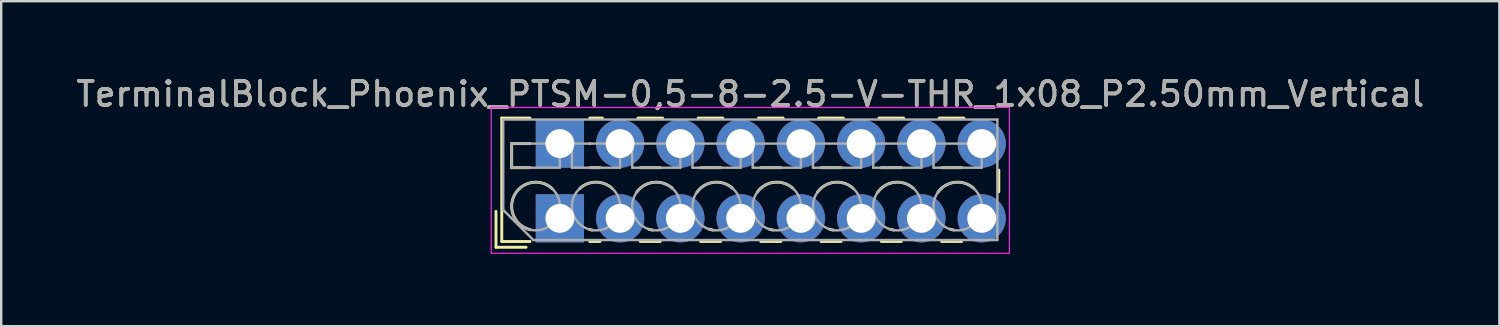
<source format=kicad_pcb>
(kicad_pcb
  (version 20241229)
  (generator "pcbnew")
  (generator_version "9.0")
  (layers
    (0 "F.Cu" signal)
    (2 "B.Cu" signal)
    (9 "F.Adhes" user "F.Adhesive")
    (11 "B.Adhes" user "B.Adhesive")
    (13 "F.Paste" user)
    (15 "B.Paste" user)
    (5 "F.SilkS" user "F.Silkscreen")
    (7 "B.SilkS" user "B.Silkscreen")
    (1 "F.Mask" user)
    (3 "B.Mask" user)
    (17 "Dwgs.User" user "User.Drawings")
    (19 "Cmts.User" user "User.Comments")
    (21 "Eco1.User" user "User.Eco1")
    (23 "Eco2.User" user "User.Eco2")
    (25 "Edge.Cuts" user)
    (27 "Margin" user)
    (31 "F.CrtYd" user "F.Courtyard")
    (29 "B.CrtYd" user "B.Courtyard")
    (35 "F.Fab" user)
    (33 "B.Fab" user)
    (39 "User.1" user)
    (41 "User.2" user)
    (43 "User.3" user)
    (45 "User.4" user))
  (footprint "TerminalBlock_Phoenix_PTSM-0,5-8-2.5-V-THR_1x08_P2.50mm_Vertical"
    (layer "F.Cu")
    (at 20.177 6.008)
    (property "Reference" "TerminalBlock_Phoenix_PTSM-0,5-8-2.5-V-THR_1x08_P2.50mm_Vertical" (at 7.9 -5.16 0) (layer "F.SilkS") (effects (font (size 1 1) (thickness 0.15))))
    (attr through_hole)
    (fp_line (start -2.65 -0.29) (end -2.65 1.2) (stroke (width 0.12) (type solid)) (layer "F.SilkS"))
    (fp_line (start -2.65 1.2) (end -1.4 1.2) (stroke (width 0.12) (type solid)) (layer "F.SilkS"))
    (fp_line (start -2.41 -4.16) (end -2.41 0.961) (stroke (width 0.12) (type solid)) (layer "F.SilkS"))
    (fp_line (start -2.41 -4.16) (end -1.24 -4.16) (stroke (width 0.12) (type solid)) (layer "F.SilkS"))
    (fp_line (start -2.41 0.961) (end -1.24 0.961) (stroke (width 0.12) (type solid)) (layer "F.SilkS"))
    (fp_line (start -2 -3.1) (end -2 -2.1) (stroke (width 0.12) (type solid)) (layer "F.SilkS"))
    (fp_line (start -2 -3.1) (end -1.24 -3.1) (stroke (width 0.12) (type solid)) (layer "F.SilkS"))
    (fp_line (start -2 -2.1) (end -1.24 -2.1) (stroke (width 0.12) (type solid)) (layer "F.SilkS"))
    (fp_line (start 1.24 -4.16) (end 1.763 -4.16) (stroke (width 0.12) (type solid)) (layer "F.SilkS"))
    (fp_line (start 1.24 -3.1) (end 1.245 -3.1) (stroke (width 0.12) (type solid)) (layer "F.SilkS"))
    (fp_line (start 1.24 -2.1) (end 1.665 -2.1) (stroke (width 0.12) (type solid)) (layer "F.SilkS"))
    (fp_line (start 1.24 0.961) (end 1.665 0.961) (stroke (width 0.12) (type solid)) (layer "F.SilkS"))
    (fp_line (start 3.238 -4.16) (end 4.263 -4.16) (stroke (width 0.12) (type solid)) (layer "F.SilkS"))
    (fp_line (start 3.336 -2.1) (end 4.165 -2.1) (stroke (width 0.12) (type solid)) (layer "F.SilkS"))
    (fp_line (start 3.336 0.961) (end 4.165 0.961) (stroke (width 0.12) (type solid)) (layer "F.SilkS"))
    (fp_line (start 5.738 -4.16) (end 6.763 -4.16) (stroke (width 0.12) (type solid)) (layer "F.SilkS"))
    (fp_line (start 5.836 -2.1) (end 6.665 -2.1) (stroke (width 0.12) (type solid)) (layer "F.SilkS"))
    (fp_line (start 5.836 0.961) (end 6.665 0.961) (stroke (width 0.12) (type solid)) (layer "F.SilkS"))
    (fp_line (start 8.238 -4.16) (end 9.263 -4.16) (stroke (width 0.12) (type solid)) (layer "F.SilkS"))
    (fp_line (start 8.336 -2.1) (end 9.165 -2.1) (stroke (width 0.12) (type solid)) (layer "F.SilkS"))
    (fp_line (start 8.336 0.961) (end 9.165 0.961) (stroke (width 0.12) (type solid)) (layer "F.SilkS"))
    (fp_line (start 10.738 -4.16) (end 11.763 -4.16) (stroke (width 0.12) (type solid)) (layer "F.SilkS"))
    (fp_line (start 10.836 -2.1) (end 11.665 -2.1) (stroke (width 0.12) (type solid)) (layer "F.SilkS"))
    (fp_line (start 10.836 0.961) (end 11.665 0.961) (stroke (width 0.12) (type solid)) (layer "F.SilkS"))
    (fp_line (start 13.238 -4.16) (end 14.263 -4.16) (stroke (width 0.12) (type solid)) (layer "F.SilkS"))
    (fp_line (start 13.336 -2.1) (end 14.165 -2.1) (stroke (width 0.12) (type solid)) (layer "F.SilkS"))
    (fp_line (start 13.336 0.961) (end 14.165 0.961) (stroke (width 0.12) (type solid)) (layer "F.SilkS"))
    (fp_line (start 15.738 -4.16) (end 16.763 -4.16) (stroke (width 0.12) (type solid)) (layer "F.SilkS"))
    (fp_line (start 15.836 -2.1) (end 16.665 -2.1) (stroke (width 0.12) (type solid)) (layer "F.SilkS"))
    (fp_line (start 15.836 0.961) (end 16.665 0.961) (stroke (width 0.12) (type solid)) (layer "F.SilkS"))
    (fp_line (start 18.21 -2) (end 18.21 -1.1) (stroke (width 0.12) (type solid)) (layer "F.SilkS"))
    (fp_arc (start -1.224629 0.474931) (mid -1.883573 -0.969306) (end -0.318 -1.232) (stroke (width 0.12) (type solid)) (layer "F.SilkS"))
    (fp_arc (start 0.817811 -1.23232) (mid 1.483053 -1.500693) (end 2.157 -1.255) (stroke (width 0.12) (type solid)) (layer "F.SilkS"))
    (fp_arc (start 1.344288 0.488343) (mid 1.284242 0.476994) (end 1.225 0.462) (stroke (width 0.12) (type solid)) (layer "F.SilkS"))
    (fp_arc (start 3.190612 -1.088697) (mid 3.887218 -1.494461) (end 4.657 -1.255) (stroke (width 0.12) (type solid)) (layer "F.SilkS"))
    (fp_arc (start 3.84373 0.488618) (mid 3.766646 0.47331) (end 3.691 0.452) (stroke (width 0.12) (type solid)) (layer "F.SilkS"))
    (fp_arc (start 5.690612 -1.088697) (mid 6.387218 -1.494461) (end 7.157 -1.255) (stroke (width 0.12) (type solid)) (layer "F.SilkS"))
    (fp_arc (start 6.34373 0.488618) (mid 6.266646 0.47331) (end 6.191 0.452) (stroke (width 0.12) (type solid)) (layer "F.SilkS"))
    (fp_arc (start 8.190612 -1.088697) (mid 8.887218 -1.494461) (end 9.657 -1.255) (stroke (width 0.12) (type solid)) (layer "F.SilkS"))
    (fp_arc (start 8.84373 0.488618) (mid 8.766646 0.47331) (end 8.691 0.452) (stroke (width 0.12) (type solid)) (layer "F.SilkS"))
    (fp_arc (start 10.690612 -1.088697) (mid 11.387218 -1.494461) (end 12.157 -1.255) (stroke (width 0.12) (type solid)) (layer "F.SilkS"))
    (fp_arc (start 11.34373 0.488618) (mid 11.266646 0.47331) (end 11.191 0.452) (stroke (width 0.12) (type solid)) (layer "F.SilkS"))
    (fp_arc (start 13.190612 -1.088697) (mid 13.887218 -1.494461) (end 14.657 -1.255) (stroke (width 0.12) (type solid)) (layer "F.SilkS"))
    (fp_arc (start 13.84373 0.488618) (mid 13.766646 0.47331) (end 13.691 0.452) (stroke (width 0.12) (type solid)) (layer "F.SilkS"))
    (fp_arc (start 15.690612 -1.088697) (mid 16.387218 -1.494461) (end 17.157 -1.255) (stroke (width 0.12) (type solid)) (layer "F.SilkS"))
    (fp_arc (start 16.34373 0.488618) (mid 16.266646 0.47331) (end 16.191 0.452) (stroke (width 0.12) (type solid)) (layer "F.SilkS"))
    (fp_line (start -2.85 -4.6) (end -2.85 1.45) (stroke (width 0.05) (type solid)) (layer "F.CrtYd"))
    (fp_line (start -2.85 1.45) (end 18.65 1.45) (stroke (width 0.05) (type solid)) (layer "F.CrtYd"))
    (fp_line (start 18.65 -4.6) (end -2.85 -4.6) (stroke (width 0.05) (type solid)) (layer "F.CrtYd"))
    (fp_line (start 18.65 1.45) (end 18.65 -4.6) (stroke (width 0.05) (type solid)) (layer "F.CrtYd"))
    (fp_line (start -2.35 -4.1) (end 18.15 -4.1) (stroke (width 0.1) (type solid)) (layer "F.Fab"))
    (fp_line (start -2.35 -0.35) (end -2.35 -4.1) (stroke (width 0.1) (type solid)) (layer "F.Fab"))
    (fp_line (start -2 -3.1) (end -2 -2.1) (stroke (width 0.1) (type solid)) (layer "F.Fab"))
    (fp_line (start -2 -2.1) (end 0 -2.1) (stroke (width 0.1) (type solid)) (layer "F.Fab"))
    (fp_line (start -1.1 0.9) (end -2.35 -0.35) (stroke (width 0.1) (type solid)) (layer "F.Fab"))
    (fp_line (start 0 -3.1) (end -2 -3.1) (stroke (width 0.1) (type solid)) (layer "F.Fab"))
    (fp_line (start 0 -2.1) (end 0 -3.1) (stroke (width 0.1) (type solid)) (layer "F.Fab"))
    (fp_line (start 0.5 -3.1) (end 0.5 -2.1) (stroke (width 0.1) (type solid)) (layer "F.Fab"))
    (fp_line (start 0.5 -2.1) (end 2.5 -2.1) (stroke (width 0.1) (type solid)) (layer "F.Fab"))
    (fp_line (start 2.5 -3.1) (end 0.5 -3.1) (stroke (width 0.1) (type solid)) (layer "F.Fab"))
    (fp_line (start 2.5 -2.1) (end 2.5 -3.1) (stroke (width 0.1) (type solid)) (layer "F.Fab"))
    (fp_line (start 3 -3.1) (end 3 -2.1) (stroke (width 0.1) (type solid)) (layer "F.Fab"))
    (fp_line (start 3 -2.1) (end 5 -2.1) (stroke (width 0.1) (type solid)) (layer "F.Fab"))
    (fp_line (start 5 -3.1) (end 3 -3.1) (stroke (width 0.1) (type solid)) (layer "F.Fab"))
    (fp_line (start 5 -2.1) (end 5 -3.1) (stroke (width 0.1) (type solid)) (layer "F.Fab"))
    (fp_line (start 5.5 -3.1) (end 5.5 -2.1) (stroke (width 0.1) (type solid)) (layer "F.Fab"))
    (fp_line (start 5.5 -2.1) (end 7.5 -2.1) (stroke (width 0.1) (type solid)) (layer "F.Fab"))
    (fp_line (start 7.5 -3.1) (end 5.5 -3.1) (stroke (width 0.1) (type solid)) (layer "F.Fab"))
    (fp_line (start 7.5 -2.1) (end 7.5 -3.1) (stroke (width 0.1) (type solid)) (layer "F.Fab"))
    (fp_line (start 8 -3.1) (end 8 -2.1) (stroke (width 0.1) (type solid)) (layer "F.Fab"))
    (fp_line (start 8 -2.1) (end 10 -2.1) (stroke (width 0.1) (type solid)) (layer "F.Fab"))
    (fp_line (start 10 -3.1) (end 8 -3.1) (stroke (width 0.1) (type solid)) (layer "F.Fab"))
    (fp_line (start 10 -2.1) (end 10 -3.1) (stroke (width 0.1) (type solid)) (layer "F.Fab"))
    (fp_line (start 10.5 -3.1) (end 10.5 -2.1) (stroke (width 0.1) (type solid)) (layer "F.Fab"))
    (fp_line (start 10.5 -2.1) (end 12.5 -2.1) (stroke (width 0.1) (type solid)) (layer "F.Fab"))
    (fp_line (start 12.5 -3.1) (end 10.5 -3.1) (stroke (width 0.1) (type solid)) (layer "F.Fab"))
    (fp_line (start 12.5 -2.1) (end 12.5 -3.1) (stroke (width 0.1) (type solid)) (layer "F.Fab"))
    (fp_line (start 13 -3.1) (end 13 -2.1) (stroke (width 0.1) (type solid)) (layer "F.Fab"))
    (fp_line (start 13 -2.1) (end 15 -2.1) (stroke (width 0.1) (type solid)) (layer "F.Fab"))
    (fp_line (start 15 -3.1) (end 13 -3.1) (stroke (width 0.1) (type solid)) (layer "F.Fab"))
    (fp_line (start 15 -2.1) (end 15 -3.1) (stroke (width 0.1) (type solid)) (layer "F.Fab"))
    (fp_line (start 15.5 -3.1) (end 15.5 -2.1) (stroke (width 0.1) (type solid)) (layer "F.Fab"))
    (fp_line (start 15.5 -2.1) (end 17.5 -2.1) (stroke (width 0.1) (type solid)) (layer "F.Fab"))
    (fp_line (start 17.5 -3.1) (end 15.5 -3.1) (stroke (width 0.1) (type solid)) (layer "F.Fab"))
    (fp_line (start 17.5 -2.1) (end 17.5 -3.1) (stroke (width 0.1) (type solid)) (layer "F.Fab"))
    (fp_line (start 18.15 -4.1) (end 18.15 0.9) (stroke (width 0.1) (type solid)) (layer "F.Fab"))
    (fp_line (start 18.15 0.9) (end -1.1 0.9) (stroke (width 0.1) (type solid)) (layer "F.Fab"))
    (fp_circle (center -1 -0.5) (end 0 -0.5) (stroke (width 0.1) (type solid)) (fill no) (layer "F.Fab"))
    (fp_circle (center 1.5 -0.5) (end 2.5 -0.5) (stroke (width 0.1) (type solid)) (fill no) (layer "F.Fab"))
    (fp_circle (center 4 -0.5) (end 5 -0.5) (stroke (width 0.1) (type solid)) (fill no) (layer "F.Fab"))
    (fp_circle (center 6.5 -0.5) (end 7.5 -0.5) (stroke (width 0.1) (type solid)) (fill no) (layer "F.Fab"))
    (fp_circle (center 9 -0.5) (end 10 -0.5) (stroke (width 0.1) (type solid)) (fill no) (layer "F.Fab"))
    (fp_circle (center 11.5 -0.5) (end 12.5 -0.5) (stroke (width 0.1) (type solid)) (fill no) (layer "F.Fab"))
    (fp_circle (center 14 -0.5) (end 15 -0.5) (stroke (width 0.1) (type solid)) (fill no) (layer "F.Fab"))
    (fp_circle (center 16.5 -0.5) (end 17.5 -0.5) (stroke (width 0.1) (type solid)) (fill no) (layer "F.Fab"))
    (fp_text user "${REFERENCE}" (at 7.9 -5.16 0) (layer "F.Fab") (effects (font (size 1 1) (thickness 0.15))))
    (pad "1" thru_hole rect (at 0 -3.1) (size 2 2) (drill 1.2) (layers "*.Cu" "*.Mask"))
    (pad "1" thru_hole rect (at 0 0) (size 2 2) (drill 1.2) (layers "*.Cu" "*.Mask"))
    (pad "2" thru_hole circle (at 2.5 -3.1) (size 2 2) (drill 1.2) (layers "*.Cu" "*.Mask"))
    (pad "2" thru_hole circle (at 2.5 0) (size 2 2) (drill 1.2) (layers "*.Cu" "*.Mask"))
    (pad "3" thru_hole circle (at 5 -3.1) (size 2 2) (drill 1.2) (layers "*.Cu" "*.Mask"))
    (pad "3" thru_hole circle (at 5 0) (size 2 2) (drill 1.2) (layers "*.Cu" "*.Mask"))
    (pad "4" thru_hole circle (at 7.5 -3.1) (size 2 2) (drill 1.2) (layers "*.Cu" "*.Mask"))
    (pad "4" thru_hole circle (at 7.5 0) (size 2 2) (drill 1.2) (layers "*.Cu" "*.Mask"))
    (pad "5" thru_hole circle (at 10 -3.1) (size 2 2) (drill 1.2) (layers "*.Cu" "*.Mask"))
    (pad "5" thru_hole circle (at 10 0) (size 2 2) (drill 1.2) (layers "*.Cu" "*.Mask"))
    (pad "6" thru_hole circle (at 12.5 -3.1) (size 2 2) (drill 1.2) (layers "*.Cu" "*.Mask"))
    (pad "6" thru_hole circle (at 12.5 0) (size 2 2) (drill 1.2) (layers "*.Cu" "*.Mask"))
    (pad "7" thru_hole circle (at 15 -3.1) (size 2 2) (drill 1.2) (layers "*.Cu" "*.Mask"))
    (pad "7" thru_hole circle (at 15 0) (size 2 2) (drill 1.2) (layers "*.Cu" "*.Mask"))
    (pad "8" thru_hole circle (at 17.5 -3.1) (size 2 2) (drill 1.2) (layers "*.Cu" "*.Mask"))
    (pad "8" thru_hole circle (at 17.5 0) (size 2 2) (drill 1.2) (layers "*.Cu" "*.Mask")))
  (gr_rect
    (start -3 -3)
    (end 59.155 10.483)
    (stroke (width 0.1) (type default))
    (fill no)
    (layer "Edge.Cuts")))
</source>
